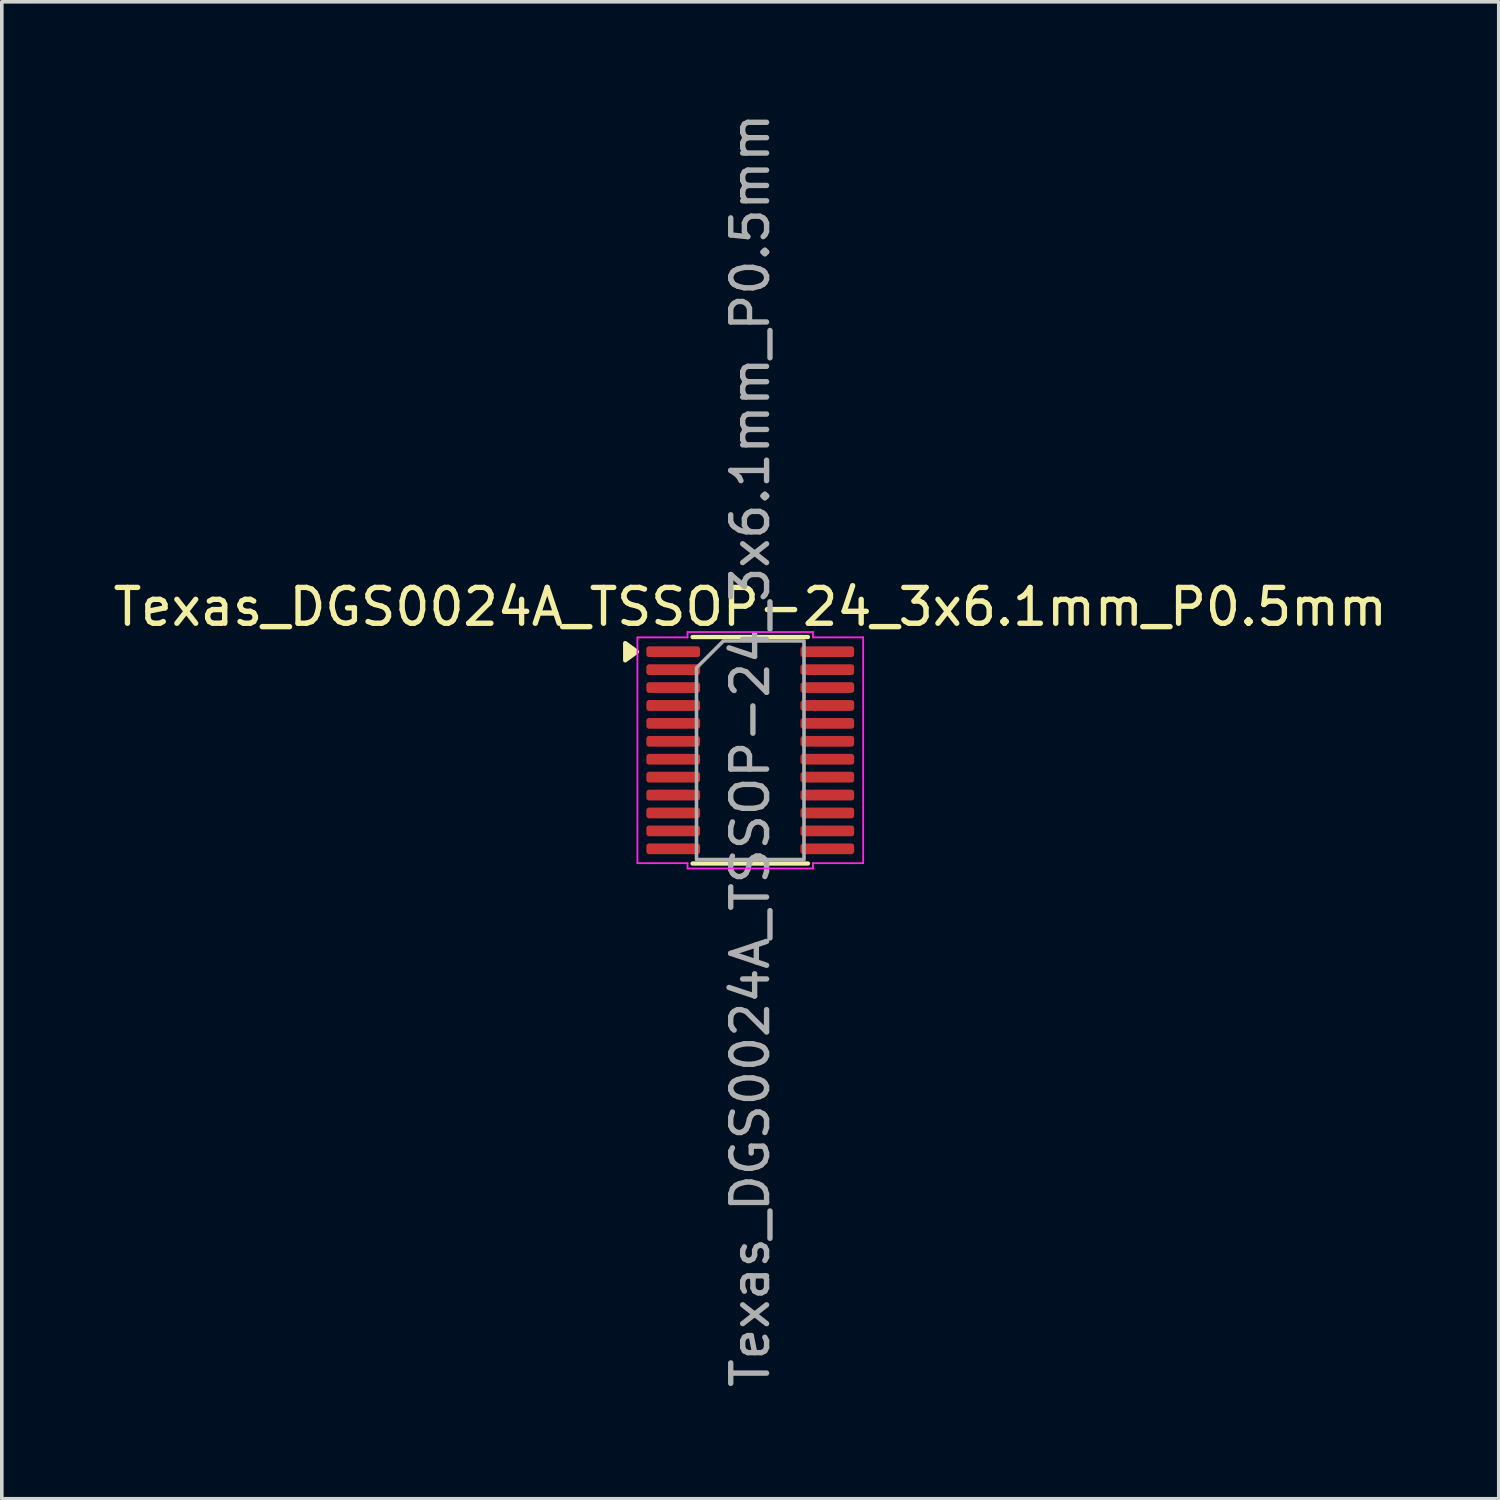
<source format=kicad_pcb>
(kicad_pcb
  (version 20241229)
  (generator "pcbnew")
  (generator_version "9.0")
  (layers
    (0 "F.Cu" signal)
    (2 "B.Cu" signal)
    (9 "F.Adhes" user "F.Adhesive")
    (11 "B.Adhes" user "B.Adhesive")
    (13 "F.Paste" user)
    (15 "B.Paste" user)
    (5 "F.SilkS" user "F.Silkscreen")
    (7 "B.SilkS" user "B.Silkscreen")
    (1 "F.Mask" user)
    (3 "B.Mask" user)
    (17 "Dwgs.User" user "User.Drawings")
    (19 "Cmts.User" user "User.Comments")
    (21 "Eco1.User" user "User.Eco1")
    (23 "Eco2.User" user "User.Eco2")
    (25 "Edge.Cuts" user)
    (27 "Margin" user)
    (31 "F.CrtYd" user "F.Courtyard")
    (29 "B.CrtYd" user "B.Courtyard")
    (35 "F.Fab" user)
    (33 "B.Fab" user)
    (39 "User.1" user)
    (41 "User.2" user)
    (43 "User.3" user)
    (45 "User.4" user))
  (footprint "Texas_DGS0024A_TSSOP-24_3x6.1mm_P0.5mm"
    (layer "F.Cu")
    (at 17.887 17.887)
    (property "Reference" "Texas_DGS0024A_TSSOP-24_3x6.1mm_P0.5mm" (at 0 -4 0) (layer "F.SilkS") (effects (font (size 1 1) (thickness 0.15))))
    (attr smd)
    (fp_line (start -1.61 -3.16) (end 1.61 -3.16) (stroke (width 0.12) (type solid)) (layer "F.SilkS"))
    (fp_line (start 1.61 3.16) (end -1.61 3.16) (stroke (width 0.12) (type solid)) (layer "F.SilkS"))
    (fp_poly (pts (xy -3.16 -2.75) (xy -3.49 -2.51) (xy -3.49 -2.99)) (stroke (width 0.12) (type solid)) (fill yes) (layer "F.SilkS"))
    (fp_line (start -3.15 -3.15) (end -1.75 -3.15) (stroke (width 0.05) (type solid)) (layer "F.CrtYd"))
    (fp_line (start -3.15 3.15) (end -3.15 -3.15) (stroke (width 0.05) (type solid)) (layer "F.CrtYd"))
    (fp_line (start -1.75 -3.3) (end 1.75 -3.3) (stroke (width 0.05) (type solid)) (layer "F.CrtYd"))
    (fp_line (start -1.75 -3.15) (end -1.75 -3.3) (stroke (width 0.05) (type solid)) (layer "F.CrtYd"))
    (fp_line (start -1.75 3.15) (end -3.15 3.15) (stroke (width 0.05) (type solid)) (layer "F.CrtYd"))
    (fp_line (start -1.75 3.3) (end -1.75 3.15) (stroke (width 0.05) (type solid)) (layer "F.CrtYd"))
    (fp_line (start 1.75 -3.3) (end 1.75 -3.15) (stroke (width 0.05) (type solid)) (layer "F.CrtYd"))
    (fp_line (start 1.75 -3.15) (end 3.15 -3.15) (stroke (width 0.05) (type solid)) (layer "F.CrtYd"))
    (fp_line (start 1.75 3.15) (end 1.75 3.3) (stroke (width 0.05) (type solid)) (layer "F.CrtYd"))
    (fp_line (start 1.75 3.3) (end -1.75 3.3) (stroke (width 0.05) (type solid)) (layer "F.CrtYd"))
    (fp_line (start 3.15 -3.15) (end 3.15 3.15) (stroke (width 0.05) (type solid)) (layer "F.CrtYd"))
    (fp_line (start 3.15 3.15) (end 1.75 3.15) (stroke (width 0.05) (type solid)) (layer "F.CrtYd"))
    (fp_poly (pts (xy -1.5 -2.3) (xy -1.5 3.05) (xy 1.5 3.05) (xy 1.5 -3.05) (xy -0.75 -3.05)) (stroke (width 0.1) (type solid)) (fill no) (layer "F.Fab"))
    (fp_text user "${REFERENCE}" (at 0 0 90) (layer "F.Fab") (effects (font (size 1 1) (thickness 0.15))))
    (pad "1" smd roundrect (at -2.15 -2.75) (size 1.5 0.3) (layers "F.Cu" "F.Mask" "F.Paste") (roundrect_rratio 0.25))
    (pad "2" smd roundrect (at -2.15 -2.25) (size 1.5 0.3) (layers "F.Cu" "F.Mask" "F.Paste") (roundrect_rratio 0.25))
    (pad "3" smd roundrect (at -2.15 -1.75) (size 1.5 0.3) (layers "F.Cu" "F.Mask" "F.Paste") (roundrect_rratio 0.25))
    (pad "4" smd roundrect (at -2.15 -1.25) (size 1.5 0.3) (layers "F.Cu" "F.Mask" "F.Paste") (roundrect_rratio 0.25))
    (pad "5" smd roundrect (at -2.15 -0.75) (size 1.5 0.3) (layers "F.Cu" "F.Mask" "F.Paste") (roundrect_rratio 0.25))
    (pad "6" smd roundrect (at -2.15 -0.25) (size 1.5 0.3) (layers "F.Cu" "F.Mask" "F.Paste") (roundrect_rratio 0.25))
    (pad "7" smd roundrect (at -2.15 0.25) (size 1.5 0.3) (layers "F.Cu" "F.Mask" "F.Paste") (roundrect_rratio 0.25))
    (pad "8" smd roundrect (at -2.15 0.75) (size 1.5 0.3) (layers "F.Cu" "F.Mask" "F.Paste") (roundrect_rratio 0.25))
    (pad "9" smd roundrect (at -2.15 1.25) (size 1.5 0.3) (layers "F.Cu" "F.Mask" "F.Paste") (roundrect_rratio 0.25))
    (pad "10" smd roundrect (at -2.15 1.75) (size 1.5 0.3) (layers "F.Cu" "F.Mask" "F.Paste") (roundrect_rratio 0.25))
    (pad "11" smd roundrect (at -2.15 2.25) (size 1.5 0.3) (layers "F.Cu" "F.Mask" "F.Paste") (roundrect_rratio 0.25))
    (pad "12" smd roundrect (at -2.15 2.75) (size 1.5 0.3) (layers "F.Cu" "F.Mask" "F.Paste") (roundrect_rratio 0.25))
    (pad "13" smd roundrect (at 2.15 2.75) (size 1.5 0.3) (layers "F.Cu" "F.Mask" "F.Paste") (roundrect_rratio 0.25))
    (pad "14" smd roundrect (at 2.15 2.25) (size 1.5 0.3) (layers "F.Cu" "F.Mask" "F.Paste") (roundrect_rratio 0.25))
    (pad "15" smd roundrect (at 2.15 1.75) (size 1.5 0.3) (layers "F.Cu" "F.Mask" "F.Paste") (roundrect_rratio 0.25))
    (pad "16" smd roundrect (at 2.15 1.25) (size 1.5 0.3) (layers "F.Cu" "F.Mask" "F.Paste") (roundrect_rratio 0.25))
    (pad "17" smd roundrect (at 2.15 0.75) (size 1.5 0.3) (layers "F.Cu" "F.Mask" "F.Paste") (roundrect_rratio 0.25))
    (pad "18" smd roundrect (at 2.15 0.25) (size 1.5 0.3) (layers "F.Cu" "F.Mask" "F.Paste") (roundrect_rratio 0.25))
    (pad "19" smd roundrect (at 2.15 -0.25) (size 1.5 0.3) (layers "F.Cu" "F.Mask" "F.Paste") (roundrect_rratio 0.25))
    (pad "20" smd roundrect (at 2.15 -0.75) (size 1.5 0.3) (layers "F.Cu" "F.Mask" "F.Paste") (roundrect_rratio 0.25))
    (pad "21" smd roundrect (at 2.15 -1.25) (size 1.5 0.3) (layers "F.Cu" "F.Mask" "F.Paste") (roundrect_rratio 0.25))
    (pad "22" smd roundrect (at 2.15 -1.75) (size 1.5 0.3) (layers "F.Cu" "F.Mask" "F.Paste") (roundrect_rratio 0.25))
    (pad "23" smd roundrect (at 2.15 -2.25) (size 1.5 0.3) (layers "F.Cu" "F.Mask" "F.Paste") (roundrect_rratio 0.25))
    (pad "24" smd roundrect (at 2.15 -2.75) (size 1.5 0.3) (layers "F.Cu" "F.Mask" "F.Paste") (roundrect_rratio 0.25)))
  (gr_rect
    (start -3 -3)
    (end 38.774 38.774)
    (stroke (width 0.1) (type default))
    (fill no)
    (layer "Edge.Cuts")))
</source>
